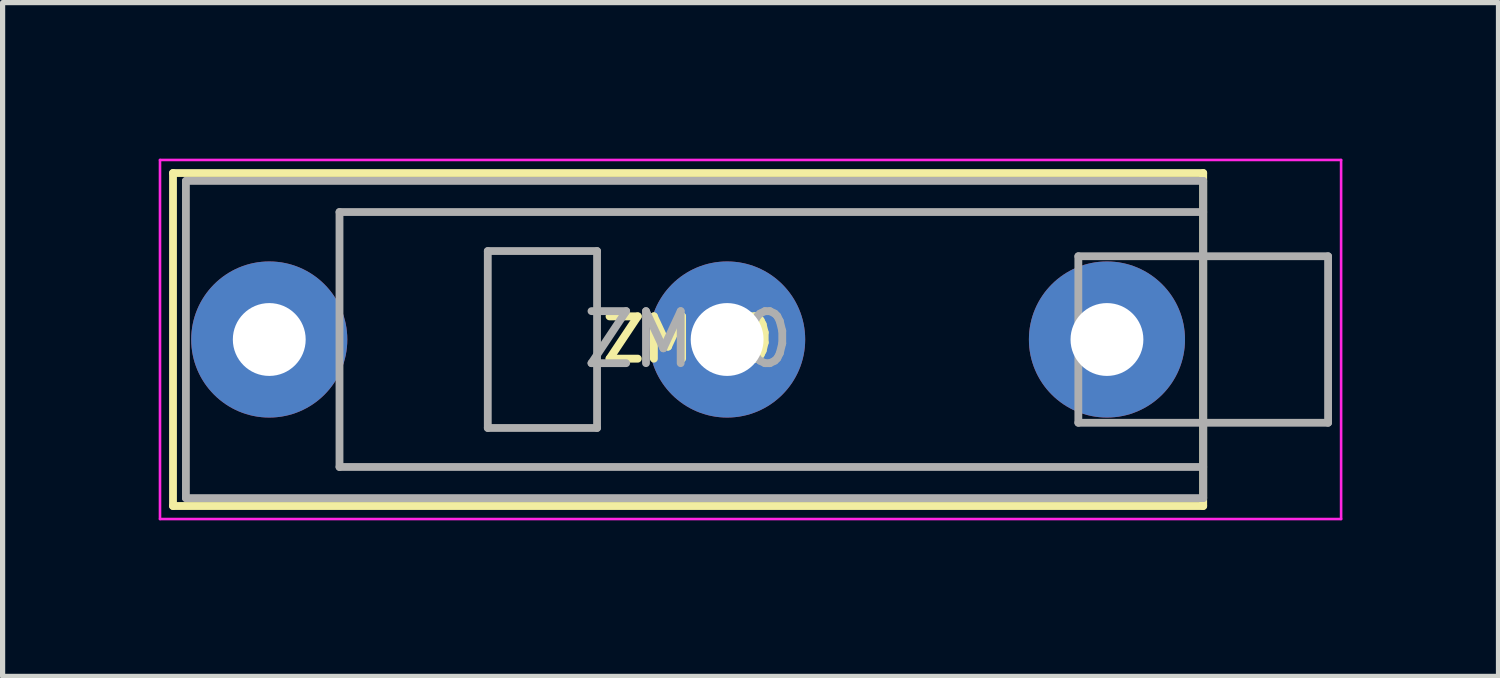
<source format=kicad_pcb>
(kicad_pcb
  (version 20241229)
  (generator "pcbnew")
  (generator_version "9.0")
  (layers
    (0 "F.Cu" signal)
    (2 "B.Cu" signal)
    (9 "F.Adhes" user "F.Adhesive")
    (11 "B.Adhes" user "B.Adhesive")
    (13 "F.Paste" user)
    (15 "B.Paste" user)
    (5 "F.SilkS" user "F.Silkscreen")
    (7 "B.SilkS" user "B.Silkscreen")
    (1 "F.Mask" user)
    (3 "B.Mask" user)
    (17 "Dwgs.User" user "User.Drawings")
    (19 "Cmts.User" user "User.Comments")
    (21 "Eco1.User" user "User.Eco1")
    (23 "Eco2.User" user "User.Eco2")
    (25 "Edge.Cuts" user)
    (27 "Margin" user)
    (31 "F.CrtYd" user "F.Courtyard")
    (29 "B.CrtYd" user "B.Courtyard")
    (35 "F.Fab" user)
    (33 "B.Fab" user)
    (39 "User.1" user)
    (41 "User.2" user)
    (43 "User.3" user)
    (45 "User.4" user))
  (footprint "ZM90"
    (layer "F.Cu")
    (at 10.175 3.475)
    (property "Reference" "ZM90" (at 0 0 0) (layer "F.SilkS") (effects (font (size 0.813 0.813) (thickness 0.152))))
    (attr through_hole)
    (fp_line (start -9.9 -3.2) (end -9.9 3.2) (stroke (width 0.15) (type solid)) (layer "F.SilkS"))
    (fp_line (start -9.9 -3.2) (end 9.9 -3.2) (stroke (width 0.15) (type solid)) (layer "F.SilkS"))
    (fp_line (start -9.9 3.2) (end 9.9 3.2) (stroke (width 0.15) (type solid)) (layer "F.SilkS"))
    (fp_line (start 9.9 -3.2) (end 9.9 3.2) (stroke (width 0.15) (type solid)) (layer "F.SilkS"))
    (fp_line (start -10.15 -3.45) (end 12.55 -3.45) (stroke (width 0.05) (type solid)) (layer "F.CrtYd"))
    (fp_line (start -10.15 3.45) (end -10.15 -3.45) (stroke (width 0.05) (type solid)) (layer "F.CrtYd"))
    (fp_line (start 12.55 -3.45) (end 12.55 3.45) (stroke (width 0.05) (type solid)) (layer "F.CrtYd"))
    (fp_line (start 12.55 3.45) (end -10.15 3.45) (stroke (width 0.05) (type solid)) (layer "F.CrtYd"))
    (fp_line (start -9.652 -3.048) (end 9.9 -3.048) (stroke (width 0.15) (type solid)) (layer "F.Fab"))
    (fp_line (start -9.652 3.048) (end -9.652 -3.048) (stroke (width 0.15) (type solid)) (layer "F.Fab"))
    (fp_line (start -6.7 -2.45) (end -6.7 2.45) (stroke (width 0.15) (type solid)) (layer "F.Fab"))
    (fp_line (start -6.7 -2.45) (end 9.9 -2.45) (stroke (width 0.15) (type solid)) (layer "F.Fab"))
    (fp_line (start -6.7 2.45) (end 9.9 2.45) (stroke (width 0.15) (type solid)) (layer "F.Fab"))
    (fp_line (start -3.85 -1.7) (end -3.85 1.7) (stroke (width 0.15) (type solid)) (layer "F.Fab"))
    (fp_line (start -3.85 1.7) (end -1.75 1.7) (stroke (width 0.15) (type solid)) (layer "F.Fab"))
    (fp_line (start -1.75 -1.7) (end -3.85 -1.7) (stroke (width 0.15) (type solid)) (layer "F.Fab"))
    (fp_line (start -1.75 1.7) (end -1.75 -1.7) (stroke (width 0.15) (type solid)) (layer "F.Fab"))
    (fp_line (start 7.5 -1.6) (end 7.5 1.6) (stroke (width 0.15) (type solid)) (layer "F.Fab"))
    (fp_line (start 9.9 -3.048) (end 9.9 3.048) (stroke (width 0.15) (type solid)) (layer "F.Fab"))
    (fp_line (start 9.9 3.048) (end -9.652 3.048) (stroke (width 0.15) (type solid)) (layer "F.Fab"))
    (fp_line (start 12.3 -1.6) (end 7.5 -1.6) (stroke (width 0.15) (type solid)) (layer "F.Fab"))
    (fp_line (start 12.3 -1.6) (end 12.3 1.6) (stroke (width 0.15) (type solid)) (layer "F.Fab"))
    (fp_line (start 12.3 1.6) (end 7.5 1.6) (stroke (width 0.15) (type solid)) (layer "F.Fab"))
    (fp_text user "${REFERENCE}" (at 0 0 0) (layer "F.Fab") (effects (font (size 1 1) (thickness 0.15))))
    (pad "1" thru_hole circle (at 8.05 0) (size 3 3) (drill 1.4) (layers "*.Cu" "*.Mask"))
    (pad "2" thru_hole circle (at -8.05 0) (size 3 3) (drill 1.4) (layers "*.Cu" "*.Mask"))
    (pad "3" thru_hole circle (at 0.75 0) (size 3 3) (drill 1.4) (layers "*.Cu" "*.Mask")))
  (gr_rect
    (start -3 -3)
    (end 25.75 9.95)
    (stroke (width 0.1) (type default))
    (fill no)
    (layer "Edge.Cuts")))
</source>
